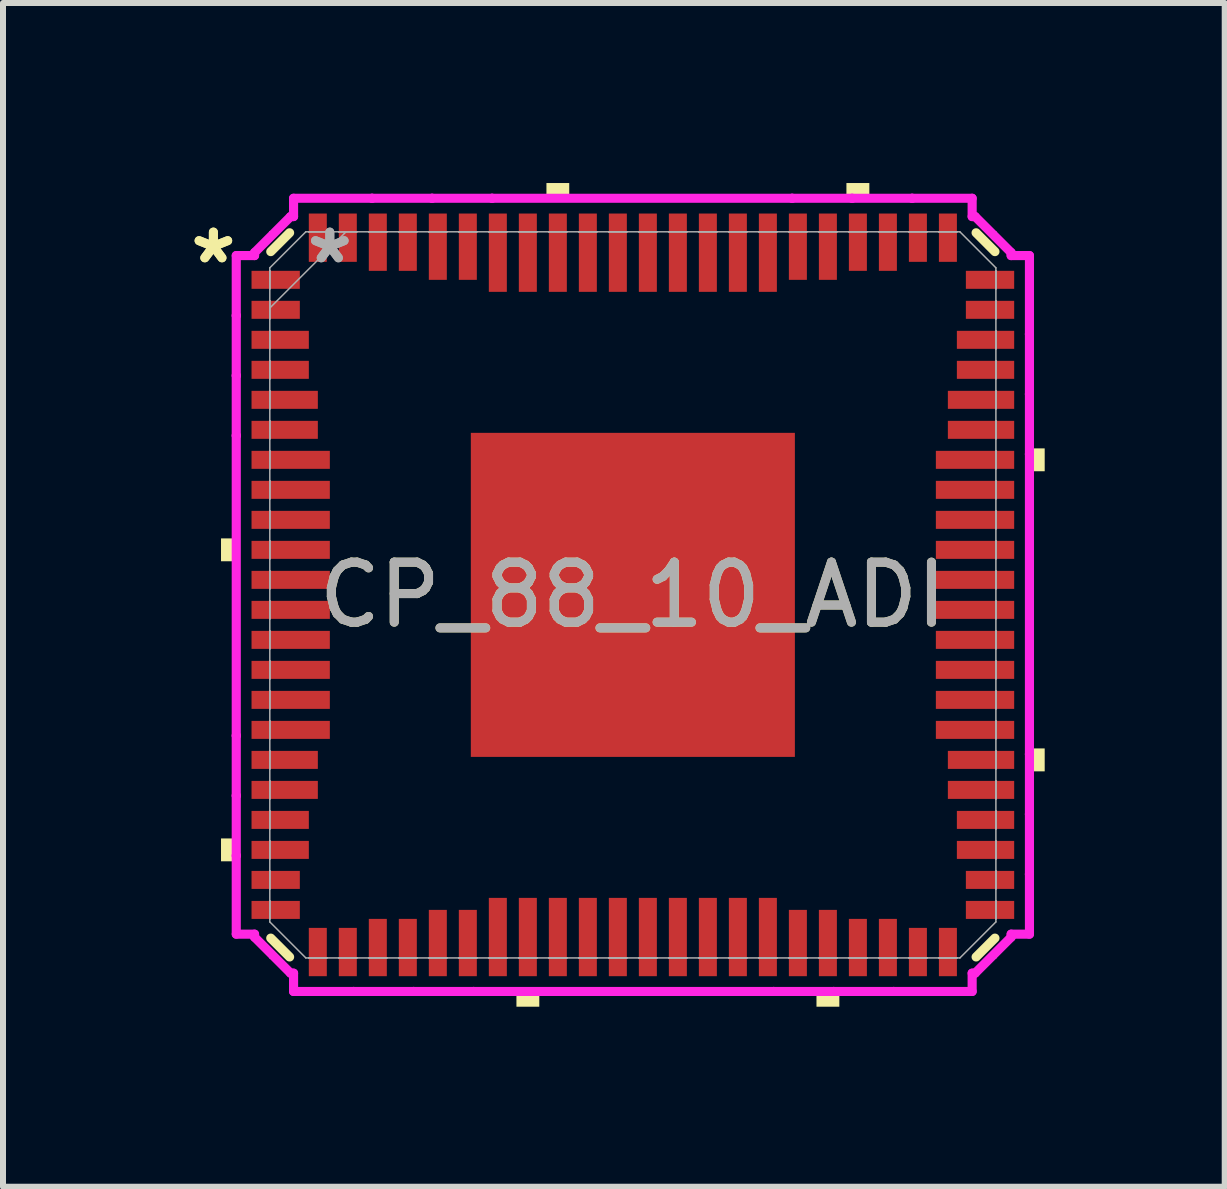
<source format=kicad_pcb>
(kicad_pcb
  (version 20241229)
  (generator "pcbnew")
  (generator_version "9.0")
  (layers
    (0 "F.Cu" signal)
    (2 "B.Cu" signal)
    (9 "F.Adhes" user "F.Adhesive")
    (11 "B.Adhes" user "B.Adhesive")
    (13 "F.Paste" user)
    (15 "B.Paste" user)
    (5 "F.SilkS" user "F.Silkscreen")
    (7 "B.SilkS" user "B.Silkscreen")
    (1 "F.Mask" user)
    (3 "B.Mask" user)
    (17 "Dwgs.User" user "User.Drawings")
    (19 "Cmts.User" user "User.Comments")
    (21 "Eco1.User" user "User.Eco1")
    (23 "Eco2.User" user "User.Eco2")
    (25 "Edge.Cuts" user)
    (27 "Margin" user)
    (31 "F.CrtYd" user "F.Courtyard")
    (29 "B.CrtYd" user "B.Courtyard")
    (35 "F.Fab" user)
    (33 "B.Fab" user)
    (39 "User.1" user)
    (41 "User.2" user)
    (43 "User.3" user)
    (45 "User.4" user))
  (footprint "CP_88_10_ADI"
    (layer "F.Cu")
    (at 7.496 6.863)
    (property "Reference" "CP_88_10_ADI" (at 0 0 0) (unlocked yes) (layer "F.SilkS") (effects (font (size 1 1) (thickness 0.15))))
    (attr smd)
    (fp_line (start -6.034 -5.72) (end -5.72 -6.034) (stroke (width 0.152) (type solid)) (layer "F.SilkS"))
    (fp_line (start -6.034 5.72) (end -5.72 6.034) (stroke (width 0.152) (type solid)) (layer "F.SilkS"))
    (fp_line (start 5.72 -6.034) (end 6.034 -5.72) (stroke (width 0.152) (type solid)) (layer "F.SilkS"))
    (fp_line (start 5.72 6.034) (end 6.034 5.72) (stroke (width 0.152) (type solid)) (layer "F.SilkS"))
    (fp_poly (pts (xy -6.863 -0.941) (xy -6.863 -0.56) (xy -6.609 -0.56) (xy -6.609 -0.941)) (stroke (width 0) (type solid)) (fill yes) (layer "F.SilkS"))
    (fp_poly (pts (xy -6.863 4.059) (xy -6.863 4.44) (xy -6.609 4.44) (xy -6.609 4.059)) (stroke (width 0) (type solid)) (fill yes) (layer "F.SilkS"))
    (fp_poly (pts (xy -1.94 6.609) (xy -1.94 6.863) (xy -1.559 6.863) (xy -1.559 6.609)) (stroke (width 0) (type solid)) (fill yes) (layer "F.SilkS"))
    (fp_poly (pts (xy -1.44 -6.609) (xy -1.44 -6.863) (xy -1.06 -6.863) (xy -1.06 -6.609)) (stroke (width 0) (type solid)) (fill yes) (layer "F.SilkS"))
    (fp_poly (pts (xy 3.06 6.609) (xy 3.06 6.863) (xy 3.441 6.863) (xy 3.441 6.609)) (stroke (width 0) (type solid)) (fill yes) (layer "F.SilkS"))
    (fp_poly (pts (xy 3.559 -6.609) (xy 3.559 -6.863) (xy 3.941 -6.863) (xy 3.941 -6.609)) (stroke (width 0) (type solid)) (fill yes) (layer "F.SilkS"))
    (fp_poly (pts (xy 6.863 -2.441) (xy 6.863 -2.06) (xy 6.609 -2.06) (xy 6.609 -2.441)) (stroke (width 0) (type solid)) (fill yes) (layer "F.SilkS"))
    (fp_poly (pts (xy 6.863 2.559) (xy 6.863 2.941) (xy 6.609 2.941) (xy 6.609 2.559)) (stroke (width 0) (type solid)) (fill yes) (layer "F.SilkS"))
    (fp_poly (pts (xy -2.6 -2.6) (xy -2.6 -1.45) (xy -1.45 -1.45) (xy -1.45 -2.6)) (stroke (width 0) (type solid)) (fill yes) (layer "F.Paste"))
    (fp_poly (pts (xy -2.6 -1.25) (xy -2.6 -0.1) (xy -1.45 -0.1) (xy -1.45 -1.25)) (stroke (width 0) (type solid)) (fill yes) (layer "F.Paste"))
    (fp_poly (pts (xy -2.6 0.1) (xy -2.6 1.25) (xy -1.45 1.25) (xy -1.45 0.1)) (stroke (width 0) (type solid)) (fill yes) (layer "F.Paste"))
    (fp_poly (pts (xy -2.6 1.45) (xy -2.6 2.6) (xy -1.45 2.6) (xy -1.45 1.45)) (stroke (width 0) (type solid)) (fill yes) (layer "F.Paste"))
    (fp_poly (pts (xy -1.25 -2.6) (xy -1.25 -1.45) (xy -0.1 -1.45) (xy -0.1 -2.6)) (stroke (width 0) (type solid)) (fill yes) (layer "F.Paste"))
    (fp_poly (pts (xy -1.25 -1.25) (xy -1.25 -0.1) (xy -0.1 -0.1) (xy -0.1 -1.25)) (stroke (width 0) (type solid)) (fill yes) (layer "F.Paste"))
    (fp_poly (pts (xy -1.25 0.1) (xy -1.25 1.25) (xy -0.1 1.25) (xy -0.1 0.1)) (stroke (width 0) (type solid)) (fill yes) (layer "F.Paste"))
    (fp_poly (pts (xy -1.25 1.45) (xy -1.25 2.6) (xy -0.1 2.6) (xy -0.1 1.45)) (stroke (width 0) (type solid)) (fill yes) (layer "F.Paste"))
    (fp_poly (pts (xy 0.1 -2.6) (xy 0.1 -1.45) (xy 1.25 -1.45) (xy 1.25 -2.6)) (stroke (width 0) (type solid)) (fill yes) (layer "F.Paste"))
    (fp_poly (pts (xy 0.1 -1.25) (xy 0.1 -0.1) (xy 1.25 -0.1) (xy 1.25 -1.25)) (stroke (width 0) (type solid)) (fill yes) (layer "F.Paste"))
    (fp_poly (pts (xy 0.1 0.1) (xy 0.1 1.25) (xy 1.25 1.25) (xy 1.25 0.1)) (stroke (width 0) (type solid)) (fill yes) (layer "F.Paste"))
    (fp_poly (pts (xy 0.1 1.45) (xy 0.1 2.6) (xy 1.25 2.6) (xy 1.25 1.45)) (stroke (width 0) (type solid)) (fill yes) (layer "F.Paste"))
    (fp_poly (pts (xy 1.45 -2.6) (xy 1.45 -1.45) (xy 2.6 -1.45) (xy 2.6 -2.6)) (stroke (width 0) (type solid)) (fill yes) (layer "F.Paste"))
    (fp_poly (pts (xy 1.45 -1.25) (xy 1.45 -0.1) (xy 2.6 -0.1) (xy 2.6 -1.25)) (stroke (width 0) (type solid)) (fill yes) (layer "F.Paste"))
    (fp_poly (pts (xy 1.45 0.1) (xy 1.45 1.25) (xy 2.6 1.25) (xy 2.6 0.1)) (stroke (width 0) (type solid)) (fill yes) (layer "F.Paste"))
    (fp_poly (pts (xy 1.45 1.45) (xy 1.45 2.6) (xy 2.6 2.6) (xy 2.6 1.45)) (stroke (width 0) (type solid)) (fill yes) (layer "F.Paste"))
    (fp_line (start -6.609 -3.654) (end -6.609 -2.654) (stroke (width 0.152) (type solid)) (layer "F.CrtYd"))
    (fp_line (start -6.609 -2.654) (end -6.609 -2.654) (stroke (width 0.152) (type solid)) (layer "F.CrtYd"))
    (fp_line (start -6.609 2.346) (end -6.609 3.346) (stroke (width 0.152) (type solid)) (layer "F.CrtYd"))
    (fp_line (start -6.609 3.346) (end -6.609 3.346) (stroke (width 0.152) (type solid)) (layer "F.CrtYd"))
    (fp_line (start -6.609 -5.654) (end -6.609 -4.654) (stroke (width 0.152) (type solid)) (layer "F.CrtYd"))
    (fp_line (start -6.609 -4.654) (end -6.609 -4.654) (stroke (width 0.152) (type solid)) (layer "F.CrtYd"))
    (fp_line (start -6.609 -2.654) (end -6.609 2.346) (stroke (width 0.152) (type solid)) (layer "F.CrtYd"))
    (fp_line (start -6.609 2.346) (end -6.609 2.346) (stroke (width 0.152) (type solid)) (layer "F.CrtYd"))
    (fp_line (start -6.609 4.346) (end -6.609 5.654) (stroke (width 0.152) (type solid)) (layer "F.CrtYd"))
    (fp_line (start -6.609 5.654) (end -6.304 5.654) (stroke (width 0.152) (type solid)) (layer "F.CrtYd"))
    (fp_line (start -6.609 -4.654) (end -6.609 -3.654) (stroke (width 0.152) (type solid)) (layer "F.CrtYd"))
    (fp_line (start -6.609 -3.654) (end -6.609 -3.654) (stroke (width 0.152) (type solid)) (layer "F.CrtYd"))
    (fp_line (start -6.609 3.346) (end -6.609 4.346) (stroke (width 0.152) (type solid)) (layer "F.CrtYd"))
    (fp_line (start -6.609 4.346) (end -6.609 4.346) (stroke (width 0.152) (type solid)) (layer "F.CrtYd"))
    (fp_line (start -6.304 -5.704) (end -6.304 -5.654) (stroke (width 0.152) (type solid)) (layer "F.CrtYd"))
    (fp_line (start -6.304 -5.654) (end -6.609 -5.654) (stroke (width 0.152) (type solid)) (layer "F.CrtYd"))
    (fp_line (start -6.304 5.654) (end -6.304 5.704) (stroke (width 0.152) (type solid)) (layer "F.CrtYd"))
    (fp_line (start -6.304 5.704) (end -5.704 6.304) (stroke (width 0.152) (type solid)) (layer "F.CrtYd"))
    (fp_line (start -5.704 -6.304) (end -6.304 -5.704) (stroke (width 0.152) (type solid)) (layer "F.CrtYd"))
    (fp_line (start -5.704 6.304) (end -5.654 6.304) (stroke (width 0.152) (type solid)) (layer "F.CrtYd"))
    (fp_line (start -5.654 -6.609) (end -5.654 -6.304) (stroke (width 0.152) (type solid)) (layer "F.CrtYd"))
    (fp_line (start -5.654 -6.304) (end -5.704 -6.304) (stroke (width 0.152) (type solid)) (layer "F.CrtYd"))
    (fp_line (start -5.654 6.304) (end -5.654 6.609) (stroke (width 0.152) (type solid)) (layer "F.CrtYd"))
    (fp_line (start -5.654 6.609) (end -4.654 6.609) (stroke (width 0.152) (type solid)) (layer "F.CrtYd"))
    (fp_line (start -4.654 6.609) (end -3.654 6.609) (stroke (width 0.152) (type solid)) (layer "F.CrtYd"))
    (fp_line (start -4.654 6.609) (end -4.654 6.609) (stroke (width 0.152) (type solid)) (layer "F.CrtYd"))
    (fp_line (start -4.346 -6.609) (end -5.654 -6.609) (stroke (width 0.152) (type solid)) (layer "F.CrtYd"))
    (fp_line (start -4.346 -6.609) (end -4.346 -6.609) (stroke (width 0.152) (type solid)) (layer "F.CrtYd"))
    (fp_line (start -3.654 6.609) (end -3.654 6.609) (stroke (width 0.152) (type solid)) (layer "F.CrtYd"))
    (fp_line (start -3.654 6.609) (end -2.654 6.609) (stroke (width 0.152) (type solid)) (layer "F.CrtYd"))
    (fp_line (start -3.346 -6.609) (end -3.346 -6.609) (stroke (width 0.152) (type solid)) (layer "F.CrtYd"))
    (fp_line (start -3.346 -6.609) (end -4.346 -6.609) (stroke (width 0.152) (type solid)) (layer "F.CrtYd"))
    (fp_line (start -2.654 6.609) (end 2.346 6.609) (stroke (width 0.152) (type solid)) (layer "F.CrtYd"))
    (fp_line (start -2.654 6.609) (end -2.654 6.609) (stroke (width 0.152) (type solid)) (layer "F.CrtYd"))
    (fp_line (start -2.346 -6.609) (end -3.346 -6.609) (stroke (width 0.152) (type solid)) (layer "F.CrtYd"))
    (fp_line (start -2.346 -6.609) (end -2.346 -6.609) (stroke (width 0.152) (type solid)) (layer "F.CrtYd"))
    (fp_line (start 2.346 6.609) (end 2.346 6.609) (stroke (width 0.152) (type solid)) (layer "F.CrtYd"))
    (fp_line (start 2.346 6.609) (end 3.346 6.609) (stroke (width 0.152) (type solid)) (layer "F.CrtYd"))
    (fp_line (start 2.654 -6.609) (end 2.654 -6.609) (stroke (width 0.152) (type solid)) (layer "F.CrtYd"))
    (fp_line (start 2.654 -6.609) (end -2.346 -6.609) (stroke (width 0.152) (type solid)) (layer "F.CrtYd"))
    (fp_line (start 3.346 6.609) (end 4.346 6.609) (stroke (width 0.152) (type solid)) (layer "F.CrtYd"))
    (fp_line (start 3.346 6.609) (end 3.346 6.609) (stroke (width 0.152) (type solid)) (layer "F.CrtYd"))
    (fp_line (start 3.654 -6.609) (end 2.654 -6.609) (stroke (width 0.152) (type solid)) (layer "F.CrtYd"))
    (fp_line (start 3.654 -6.609) (end 3.654 -6.609) (stroke (width 0.152) (type solid)) (layer "F.CrtYd"))
    (fp_line (start 4.346 6.609) (end 4.346 6.609) (stroke (width 0.152) (type solid)) (layer "F.CrtYd"))
    (fp_line (start 4.346 6.609) (end 5.654 6.609) (stroke (width 0.152) (type solid)) (layer "F.CrtYd"))
    (fp_line (start 4.654 -6.609) (end 4.654 -6.609) (stroke (width 0.152) (type solid)) (layer "F.CrtYd"))
    (fp_line (start 4.654 -6.609) (end 3.654 -6.609) (stroke (width 0.152) (type solid)) (layer "F.CrtYd"))
    (fp_line (start 5.654 -6.609) (end 4.654 -6.609) (stroke (width 0.152) (type solid)) (layer "F.CrtYd"))
    (fp_line (start 5.654 -6.304) (end 5.654 -6.609) (stroke (width 0.152) (type solid)) (layer "F.CrtYd"))
    (fp_line (start 5.654 6.304) (end 5.704 6.304) (stroke (width 0.152) (type solid)) (layer "F.CrtYd"))
    (fp_line (start 5.654 6.609) (end 5.654 6.304) (stroke (width 0.152) (type solid)) (layer "F.CrtYd"))
    (fp_line (start 5.704 -6.304) (end 5.654 -6.304) (stroke (width 0.152) (type solid)) (layer "F.CrtYd"))
    (fp_line (start 5.704 6.304) (end 6.304 5.704) (stroke (width 0.152) (type solid)) (layer "F.CrtYd"))
    (fp_line (start 6.304 -5.704) (end 5.704 -6.304) (stroke (width 0.152) (type solid)) (layer "F.CrtYd"))
    (fp_line (start 6.304 -5.654) (end 6.304 -5.704) (stroke (width 0.152) (type solid)) (layer "F.CrtYd"))
    (fp_line (start 6.304 5.654) (end 6.609 5.654) (stroke (width 0.152) (type solid)) (layer "F.CrtYd"))
    (fp_line (start 6.304 5.704) (end 6.304 5.654) (stroke (width 0.152) (type solid)) (layer "F.CrtYd"))
    (fp_line (start 6.609 -4.346) (end 6.609 -4.346) (stroke (width 0.152) (type solid)) (layer "F.CrtYd"))
    (fp_line (start 6.609 -3.346) (end 6.609 -4.346) (stroke (width 0.152) (type solid)) (layer "F.CrtYd"))
    (fp_line (start 6.609 3.654) (end 6.609 3.654) (stroke (width 0.152) (type solid)) (layer "F.CrtYd"))
    (fp_line (start 6.609 4.654) (end 6.609 3.654) (stroke (width 0.152) (type solid)) (layer "F.CrtYd"))
    (fp_line (start 6.609 -5.654) (end 6.304 -5.654) (stroke (width 0.152) (type solid)) (layer "F.CrtYd"))
    (fp_line (start 6.609 -4.346) (end 6.609 -5.654) (stroke (width 0.152) (type solid)) (layer "F.CrtYd"))
    (fp_line (start 6.609 -2.346) (end 6.609 -2.346) (stroke (width 0.152) (type solid)) (layer "F.CrtYd"))
    (fp_line (start 6.609 2.654) (end 6.609 -2.346) (stroke (width 0.152) (type solid)) (layer "F.CrtYd"))
    (fp_line (start 6.609 4.654) (end 6.609 4.654) (stroke (width 0.152) (type solid)) (layer "F.CrtYd"))
    (fp_line (start 6.609 5.654) (end 6.609 4.654) (stroke (width 0.152) (type solid)) (layer "F.CrtYd"))
    (fp_line (start 6.609 -3.346) (end 6.609 -3.346) (stroke (width 0.152) (type solid)) (layer "F.CrtYd"))
    (fp_line (start 6.609 -2.346) (end 6.609 -3.346) (stroke (width 0.152) (type solid)) (layer "F.CrtYd"))
    (fp_line (start 6.609 2.654) (end 6.609 2.654) (stroke (width 0.152) (type solid)) (layer "F.CrtYd"))
    (fp_line (start 6.609 3.654) (end 6.609 2.654) (stroke (width 0.152) (type solid)) (layer "F.CrtYd"))
    (fp_line (start -6.05 -6.05) (end -6.05 -6.05) (stroke (width 0.025) (type solid)) (layer "F.Fab"))
    (fp_line (start -6.05 -5.45) (end -6.05 5.45) (stroke (width 0.025) (type solid)) (layer "F.Fab"))
    (fp_line (start -6.05 -5.45) (end -5.45 -6.05) (stroke (width 0.025) (type solid)) (layer "F.Fab"))
    (fp_line (start -6.05 -5.4) (end -6.05 -5.4) (stroke (width 0.025) (type solid)) (layer "F.Fab"))
    (fp_line (start -6.05 -5.4) (end -6.05 -5.1) (stroke (width 0.025) (type solid)) (layer "F.Fab"))
    (fp_line (start -6.05 -5.1) (end -6.05 -5.4) (stroke (width 0.025) (type solid)) (layer "F.Fab"))
    (fp_line (start -6.05 -5.1) (end -6.05 -5.1) (stroke (width 0.025) (type solid)) (layer "F.Fab"))
    (fp_line (start -6.05 -4.9) (end -6.05 -4.9) (stroke (width 0.025) (type solid)) (layer "F.Fab"))
    (fp_line (start -6.05 -4.9) (end -6.05 -4.6) (stroke (width 0.025) (type solid)) (layer "F.Fab"))
    (fp_line (start -6.05 -4.78) (end -4.78 -6.05) (stroke (width 0.025) (type solid)) (layer "F.Fab"))
    (fp_line (start -6.05 -4.6) (end -6.05 -4.9) (stroke (width 0.025) (type solid)) (layer "F.Fab"))
    (fp_line (start -6.05 -4.6) (end -6.05 -4.6) (stroke (width 0.025) (type solid)) (layer "F.Fab"))
    (fp_line (start -6.05 -4.4) (end -6.05 -4.4) (stroke (width 0.025) (type solid)) (layer "F.Fab"))
    (fp_line (start -6.05 -4.4) (end -6.05 -4.1) (stroke (width 0.025) (type solid)) (layer "F.Fab"))
    (fp_line (start -6.05 -4.1) (end -6.05 -4.4) (stroke (width 0.025) (type solid)) (layer "F.Fab"))
    (fp_line (start -6.05 -4.1) (end -6.05 -4.1) (stroke (width 0.025) (type solid)) (layer "F.Fab"))
    (fp_line (start -6.05 -3.9) (end -6.05 -3.9) (stroke (width 0.025) (type solid)) (layer "F.Fab"))
    (fp_line (start -6.05 -3.9) (end -6.05 -3.6) (stroke (width 0.025) (type solid)) (layer "F.Fab"))
    (fp_line (start -6.05 -3.6) (end -6.05 -3.9) (stroke (width 0.025) (type solid)) (layer "F.Fab"))
    (fp_line (start -6.05 -3.6) (end -6.05 -3.6) (stroke (width 0.025) (type solid)) (layer "F.Fab"))
    (fp_line (start -6.05 -3.4) (end -6.05 -3.4) (stroke (width 0.025) (type solid)) (layer "F.Fab"))
    (fp_line (start -6.05 -3.4) (end -6.05 -3.1) (stroke (width 0.025) (type solid)) (layer "F.Fab"))
    (fp_line (start -6.05 -3.1) (end -6.05 -3.4) (stroke (width 0.025) (type solid)) (layer "F.Fab"))
    (fp_line (start -6.05 -3.1) (end -6.05 -3.1) (stroke (width 0.025) (type solid)) (layer "F.Fab"))
    (fp_line (start -6.05 -2.9) (end -6.05 -2.9) (stroke (width 0.025) (type solid)) (layer "F.Fab"))
    (fp_line (start -6.05 -2.9) (end -6.05 -2.6) (stroke (width 0.025) (type solid)) (layer "F.Fab"))
    (fp_line (start -6.05 -2.6) (end -6.05 -2.9) (stroke (width 0.025) (type solid)) (layer "F.Fab"))
    (fp_line (start -6.05 -2.6) (end -6.05 -2.6) (stroke (width 0.025) (type solid)) (layer "F.Fab"))
    (fp_line (start -6.05 -2.4) (end -6.05 -2.4) (stroke (width 0.025) (type solid)) (layer "F.Fab"))
    (fp_line (start -6.05 -2.4) (end -6.05 -2.1) (stroke (width 0.025) (type solid)) (layer "F.Fab"))
    (fp_line (start -6.05 -2.1) (end -6.05 -2.4) (stroke (width 0.025) (type solid)) (layer "F.Fab"))
    (fp_line (start -6.05 -2.1) (end -6.05 -2.1) (stroke (width 0.025) (type solid)) (layer "F.Fab"))
    (fp_line (start -6.05 -1.9) (end -6.05 -1.9) (stroke (width 0.025) (type solid)) (layer "F.Fab"))
    (fp_line (start -6.05 -1.9) (end -6.05 -1.6) (stroke (width 0.025) (type solid)) (layer "F.Fab"))
    (fp_line (start -6.05 -1.6) (end -6.05 -1.9) (stroke (width 0.025) (type solid)) (layer "F.Fab"))
    (fp_line (start -6.05 -1.6) (end -6.05 -1.6) (stroke (width 0.025) (type solid)) (layer "F.Fab"))
    (fp_line (start -6.05 -1.4) (end -6.05 -1.4) (stroke (width 0.025) (type solid)) (layer "F.Fab"))
    (fp_line (start -6.05 -1.4) (end -6.05 -1.1) (stroke (width 0.025) (type solid)) (layer "F.Fab"))
    (fp_line (start -6.05 -1.1) (end -6.05 -1.4) (stroke (width 0.025) (type solid)) (layer "F.Fab"))
    (fp_line (start -6.05 -1.1) (end -6.05 -1.1) (stroke (width 0.025) (type solid)) (layer "F.Fab"))
    (fp_line (start -6.05 -0.9) (end -6.05 -0.9) (stroke (width 0.025) (type solid)) (layer "F.Fab"))
    (fp_line (start -6.05 -0.9) (end -6.05 -0.6) (stroke (width 0.025) (type solid)) (layer "F.Fab"))
    (fp_line (start -6.05 -0.6) (end -6.05 -0.9) (stroke (width 0.025) (type solid)) (layer "F.Fab"))
    (fp_line (start -6.05 -0.6) (end -6.05 -0.6) (stroke (width 0.025) (type solid)) (layer "F.Fab"))
    (fp_line (start -6.05 -0.4) (end -6.05 -0.4) (stroke (width 0.025) (type solid)) (layer "F.Fab"))
    (fp_line (start -6.05 -0.4) (end -6.05 -0.1) (stroke (width 0.025) (type solid)) (layer "F.Fab"))
    (fp_line (start -6.05 -0.1) (end -6.05 -0.4) (stroke (width 0.025) (type solid)) (layer "F.Fab"))
    (fp_line (start -6.05 -0.1) (end -6.05 -0.1) (stroke (width 0.025) (type solid)) (layer "F.Fab"))
    (fp_line (start -6.05 0.1) (end -6.05 0.1) (stroke (width 0.025) (type solid)) (layer "F.Fab"))
    (fp_line (start -6.05 0.1) (end -6.05 0.4) (stroke (width 0.025) (type solid)) (layer "F.Fab"))
    (fp_line (start -6.05 0.4) (end -6.05 0.1) (stroke (width 0.025) (type solid)) (layer "F.Fab"))
    (fp_line (start -6.05 0.4) (end -6.05 0.4) (stroke (width 0.025) (type solid)) (layer "F.Fab"))
    (fp_line (start -6.05 0.6) (end -6.05 0.6) (stroke (width 0.025) (type solid)) (layer "F.Fab"))
    (fp_line (start -6.05 0.6) (end -6.05 0.9) (stroke (width 0.025) (type solid)) (layer "F.Fab"))
    (fp_line (start -6.05 0.9) (end -6.05 0.6) (stroke (width 0.025) (type solid)) (layer "F.Fab"))
    (fp_line (start -6.05 0.9) (end -6.05 0.9) (stroke (width 0.025) (type solid)) (layer "F.Fab"))
    (fp_line (start -6.05 1.1) (end -6.05 1.1) (stroke (width 0.025) (type solid)) (layer "F.Fab"))
    (fp_line (start -6.05 1.1) (end -6.05 1.4) (stroke (width 0.025) (type solid)) (layer "F.Fab"))
    (fp_line (start -6.05 1.4) (end -6.05 1.1) (stroke (width 0.025) (type solid)) (layer "F.Fab"))
    (fp_line (start -6.05 1.4) (end -6.05 1.4) (stroke (width 0.025) (type solid)) (layer "F.Fab"))
    (fp_line (start -6.05 1.6) (end -6.05 1.6) (stroke (width 0.025) (type solid)) (layer "F.Fab"))
    (fp_line (start -6.05 1.6) (end -6.05 1.9) (stroke (width 0.025) (type solid)) (layer "F.Fab"))
    (fp_line (start -6.05 1.9) (end -6.05 1.6) (stroke (width 0.025) (type solid)) (layer "F.Fab"))
    (fp_line (start -6.05 1.9) (end -6.05 1.9) (stroke (width 0.025) (type solid)) (layer "F.Fab"))
    (fp_line (start -6.05 2.1) (end -6.05 2.1) (stroke (width 0.025) (type solid)) (layer "F.Fab"))
    (fp_line (start -6.05 2.1) (end -6.05 2.4) (stroke (width 0.025) (type solid)) (layer "F.Fab"))
    (fp_line (start -6.05 2.4) (end -6.05 2.1) (stroke (width 0.025) (type solid)) (layer "F.Fab"))
    (fp_line (start -6.05 2.4) (end -6.05 2.4) (stroke (width 0.025) (type solid)) (layer "F.Fab"))
    (fp_line (start -6.05 2.6) (end -6.05 2.6) (stroke (width 0.025) (type solid)) (layer "F.Fab"))
    (fp_line (start -6.05 2.6) (end -6.05 2.9) (stroke (width 0.025) (type solid)) (layer "F.Fab"))
    (fp_line (start -6.05 2.9) (end -6.05 2.6) (stroke (width 0.025) (type solid)) (layer "F.Fab"))
    (fp_line (start -6.05 2.9) (end -6.05 2.9) (stroke (width 0.025) (type solid)) (layer "F.Fab"))
    (fp_line (start -6.05 3.1) (end -6.05 3.1) (stroke (width 0.025) (type solid)) (layer "F.Fab"))
    (fp_line (start -6.05 3.1) (end -6.05 3.4) (stroke (width 0.025) (type solid)) (layer "F.Fab"))
    (fp_line (start -6.05 3.4) (end -6.05 3.1) (stroke (width 0.025) (type solid)) (layer "F.Fab"))
    (fp_line (start -6.05 3.4) (end -6.05 3.4) (stroke (width 0.025) (type solid)) (layer "F.Fab"))
    (fp_line (start -6.05 3.6) (end -6.05 3.6) (stroke (width 0.025) (type solid)) (layer "F.Fab"))
    (fp_line (start -6.05 3.6) (end -6.05 3.9) (stroke (width 0.025) (type solid)) (layer "F.Fab"))
    (fp_line (start -6.05 3.9) (end -6.05 3.6) (stroke (width 0.025) (type solid)) (layer "F.Fab"))
    (fp_line (start -6.05 3.9) (end -6.05 3.9) (stroke (width 0.025) (type solid)) (layer "F.Fab"))
    (fp_line (start -6.05 4.1) (end -6.05 4.1) (stroke (width 0.025) (type solid)) (layer "F.Fab"))
    (fp_line (start -6.05 4.1) (end -6.05 4.4) (stroke (width 0.025) (type solid)) (layer "F.Fab"))
    (fp_line (start -6.05 4.4) (end -6.05 4.1) (stroke (width 0.025) (type solid)) (layer "F.Fab"))
    (fp_line (start -6.05 4.4) (end -6.05 4.4) (stroke (width 0.025) (type solid)) (layer "F.Fab"))
    (fp_line (start -6.05 4.6) (end -6.05 4.6) (stroke (width 0.025) (type solid)) (layer "F.Fab"))
    (fp_line (start -6.05 4.6) (end -6.05 4.9) (stroke (width 0.025) (type solid)) (layer "F.Fab"))
    (fp_line (start -6.05 4.9) (end -6.05 4.6) (stroke (width 0.025) (type solid)) (layer "F.Fab"))
    (fp_line (start -6.05 4.9) (end -6.05 4.9) (stroke (width 0.025) (type solid)) (layer "F.Fab"))
    (fp_line (start -6.05 5.1) (end -6.05 5.1) (stroke (width 0.025) (type solid)) (layer "F.Fab"))
    (fp_line (start -6.05 5.1) (end -6.05 5.4) (stroke (width 0.025) (type solid)) (layer "F.Fab"))
    (fp_line (start -6.05 5.4) (end -6.05 5.1) (stroke (width 0.025) (type solid)) (layer "F.Fab"))
    (fp_line (start -6.05 5.4) (end -6.05 5.4) (stroke (width 0.025) (type solid)) (layer "F.Fab"))
    (fp_line (start -6.05 5.45) (end -5.45 6.05) (stroke (width 0.025) (type solid)) (layer "F.Fab"))
    (fp_line (start -6.05 6.05) (end -6.05 6.05) (stroke (width 0.025) (type solid)) (layer "F.Fab"))
    (fp_line (start -5.45 6.05) (end 5.45 6.05) (stroke (width 0.025) (type solid)) (layer "F.Fab"))
    (fp_line (start -5.4 -6.05) (end -5.4 -6.05) (stroke (width 0.025) (type solid)) (layer "F.Fab"))
    (fp_line (start -5.4 -6.05) (end -5.1 -6.05) (stroke (width 0.025) (type solid)) (layer "F.Fab"))
    (fp_line (start -5.4 6.05) (end -5.4 6.05) (stroke (width 0.025) (type solid)) (layer "F.Fab"))
    (fp_line (start -5.4 6.05) (end -5.1 6.05) (stroke (width 0.025) (type solid)) (layer "F.Fab"))
    (fp_line (start -5.1 -6.05) (end -5.4 -6.05) (stroke (width 0.025) (type solid)) (layer "F.Fab"))
    (fp_line (start -5.1 -6.05) (end -5.1 -6.05) (stroke (width 0.025) (type solid)) (layer "F.Fab"))
    (fp_line (start -5.1 6.05) (end -5.4 6.05) (stroke (width 0.025) (type solid)) (layer "F.Fab"))
    (fp_line (start -5.1 6.05) (end -5.1 6.05) (stroke (width 0.025) (type solid)) (layer "F.Fab"))
    (fp_line (start -4.9 -6.05) (end -4.9 -6.05) (stroke (width 0.025) (type solid)) (layer "F.Fab"))
    (fp_line (start -4.9 -6.05) (end -4.6 -6.05) (stroke (width 0.025) (type solid)) (layer "F.Fab"))
    (fp_line (start -4.9 6.05) (end -4.9 6.05) (stroke (width 0.025) (type solid)) (layer "F.Fab"))
    (fp_line (start -4.9 6.05) (end -4.6 6.05) (stroke (width 0.025) (type solid)) (layer "F.Fab"))
    (fp_line (start -4.6 -6.05) (end -4.9 -6.05) (stroke (width 0.025) (type solid)) (layer "F.Fab"))
    (fp_line (start -4.6 -6.05) (end -4.6 -6.05) (stroke (width 0.025) (type solid)) (layer "F.Fab"))
    (fp_line (start -4.6 6.05) (end -4.9 6.05) (stroke (width 0.025) (type solid)) (layer "F.Fab"))
    (fp_line (start -4.6 6.05) (end -4.6 6.05) (stroke (width 0.025) (type solid)) (layer "F.Fab"))
    (fp_line (start -4.4 -6.05) (end -4.4 -6.05) (stroke (width 0.025) (type solid)) (layer "F.Fab"))
    (fp_line (start -4.4 -6.05) (end -4.1 -6.05) (stroke (width 0.025) (type solid)) (layer "F.Fab"))
    (fp_line (start -4.4 6.05) (end -4.4 6.05) (stroke (width 0.025) (type solid)) (layer "F.Fab"))
    (fp_line (start -4.4 6.05) (end -4.1 6.05) (stroke (width 0.025) (type solid)) (layer "F.Fab"))
    (fp_line (start -4.1 -6.05) (end -4.4 -6.05) (stroke (width 0.025) (type solid)) (layer "F.Fab"))
    (fp_line (start -4.1 -6.05) (end -4.1 -6.05) (stroke (width 0.025) (type solid)) (layer "F.Fab"))
    (fp_line (start -4.1 6.05) (end -4.4 6.05) (stroke (width 0.025) (type solid)) (layer "F.Fab"))
    (fp_line (start -4.1 6.05) (end -4.1 6.05) (stroke (width 0.025) (type solid)) (layer "F.Fab"))
    (fp_line (start -3.9 -6.05) (end -3.9 -6.05) (stroke (width 0.025) (type solid)) (layer "F.Fab"))
    (fp_line (start -3.9 -6.05) (end -3.6 -6.05) (stroke (width 0.025) (type solid)) (layer "F.Fab"))
    (fp_line (start -3.9 6.05) (end -3.9 6.05) (stroke (width 0.025) (type solid)) (layer "F.Fab"))
    (fp_line (start -3.9 6.05) (end -3.6 6.05) (stroke (width 0.025) (type solid)) (layer "F.Fab"))
    (fp_line (start -3.6 -6.05) (end -3.9 -6.05) (stroke (width 0.025) (type solid)) (layer "F.Fab"))
    (fp_line (start -3.6 -6.05) (end -3.6 -6.05) (stroke (width 0.025) (type solid)) (layer "F.Fab"))
    (fp_line (start -3.6 6.05) (end -3.9 6.05) (stroke (width 0.025) (type solid)) (layer "F.Fab"))
    (fp_line (start -3.6 6.05) (end -3.6 6.05) (stroke (width 0.025) (type solid)) (layer "F.Fab"))
    (fp_line (start -3.4 -6.05) (end -3.4 -6.05) (stroke (width 0.025) (type solid)) (layer "F.Fab"))
    (fp_line (start -3.4 -6.05) (end -3.1 -6.05) (stroke (width 0.025) (type solid)) (layer "F.Fab"))
    (fp_line (start -3.4 6.05) (end -3.4 6.05) (stroke (width 0.025) (type solid)) (layer "F.Fab"))
    (fp_line (start -3.4 6.05) (end -3.1 6.05) (stroke (width 0.025) (type solid)) (layer "F.Fab"))
    (fp_line (start -3.1 -6.05) (end -3.4 -6.05) (stroke (width 0.025) (type solid)) (layer "F.Fab"))
    (fp_line (start -3.1 -6.05) (end -3.1 -6.05) (stroke (width 0.025) (type solid)) (layer "F.Fab"))
    (fp_line (start -3.1 6.05) (end -3.4 6.05) (stroke (width 0.025) (type solid)) (layer "F.Fab"))
    (fp_line (start -3.1 6.05) (end -3.1 6.05) (stroke (width 0.025) (type solid)) (layer "F.Fab"))
    (fp_line (start -2.9 -6.05) (end -2.9 -6.05) (stroke (width 0.025) (type solid)) (layer "F.Fab"))
    (fp_line (start -2.9 -6.05) (end -2.6 -6.05) (stroke (width 0.025) (type solid)) (layer "F.Fab"))
    (fp_line (start -2.9 6.05) (end -2.9 6.05) (stroke (width 0.025) (type solid)) (layer "F.Fab"))
    (fp_line (start -2.9 6.05) (end -2.6 6.05) (stroke (width 0.025) (type solid)) (layer "F.Fab"))
    (fp_line (start -2.6 -6.05) (end -2.9 -6.05) (stroke (width 0.025) (type solid)) (layer "F.Fab"))
    (fp_line (start -2.6 -6.05) (end -2.6 -6.05) (stroke (width 0.025) (type solid)) (layer "F.Fab"))
    (fp_line (start -2.6 6.05) (end -2.9 6.05) (stroke (width 0.025) (type solid)) (layer "F.Fab"))
    (fp_line (start -2.6 6.05) (end -2.6 6.05) (stroke (width 0.025) (type solid)) (layer "F.Fab"))
    (fp_line (start -2.4 -6.05) (end -2.4 -6.05) (stroke (width 0.025) (type solid)) (layer "F.Fab"))
    (fp_line (start -2.4 -6.05) (end -2.1 -6.05) (stroke (width 0.025) (type solid)) (layer "F.Fab"))
    (fp_line (start -2.4 6.05) (end -2.4 6.05) (stroke (width 0.025) (type solid)) (layer "F.Fab"))
    (fp_line (start -2.4 6.05) (end -2.1 6.05) (stroke (width 0.025) (type solid)) (layer "F.Fab"))
    (fp_line (start -2.1 -6.05) (end -2.4 -6.05) (stroke (width 0.025) (type solid)) (layer "F.Fab"))
    (fp_line (start -2.1 -6.05) (end -2.1 -6.05) (stroke (width 0.025) (type solid)) (layer "F.Fab"))
    (fp_line (start -2.1 6.05) (end -2.4 6.05) (stroke (width 0.025) (type solid)) (layer "F.Fab"))
    (fp_line (start -2.1 6.05) (end -2.1 6.05) (stroke (width 0.025) (type solid)) (layer "F.Fab"))
    (fp_line (start -1.9 -6.05) (end -1.9 -6.05) (stroke (width 0.025) (type solid)) (layer "F.Fab"))
    (fp_line (start -1.9 -6.05) (end -1.6 -6.05) (stroke (width 0.025) (type solid)) (layer "F.Fab"))
    (fp_line (start -1.9 6.05) (end -1.9 6.05) (stroke (width 0.025) (type solid)) (layer "F.Fab"))
    (fp_line (start -1.9 6.05) (end -1.6 6.05) (stroke (width 0.025) (type solid)) (layer "F.Fab"))
    (fp_line (start -1.6 -6.05) (end -1.9 -6.05) (stroke (width 0.025) (type solid)) (layer "F.Fab"))
    (fp_line (start -1.6 -6.05) (end -1.6 -6.05) (stroke (width 0.025) (type solid)) (layer "F.Fab"))
    (fp_line (start -1.6 6.05) (end -1.9 6.05) (stroke (width 0.025) (type solid)) (layer "F.Fab"))
    (fp_line (start -1.6 6.05) (end -1.6 6.05) (stroke (width 0.025) (type solid)) (layer "F.Fab"))
    (fp_line (start -1.4 -6.05) (end -1.4 -6.05) (stroke (width 0.025) (type solid)) (layer "F.Fab"))
    (fp_line (start -1.4 -6.05) (end -1.1 -6.05) (stroke (width 0.025) (type solid)) (layer "F.Fab"))
    (fp_line (start -1.4 6.05) (end -1.4 6.05) (stroke (width 0.025) (type solid)) (layer "F.Fab"))
    (fp_line (start -1.4 6.05) (end -1.1 6.05) (stroke (width 0.025) (type solid)) (layer "F.Fab"))
    (fp_line (start -1.1 -6.05) (end -1.4 -6.05) (stroke (width 0.025) (type solid)) (layer "F.Fab"))
    (fp_line (start -1.1 -6.05) (end -1.1 -6.05) (stroke (width 0.025) (type solid)) (layer "F.Fab"))
    (fp_line (start -1.1 6.05) (end -1.4 6.05) (stroke (width 0.025) (type solid)) (layer "F.Fab"))
    (fp_line (start -1.1 6.05) (end -1.1 6.05) (stroke (width 0.025) (type solid)) (layer "F.Fab"))
    (fp_line (start -0.9 -6.05) (end -0.9 -6.05) (stroke (width 0.025) (type solid)) (layer "F.Fab"))
    (fp_line (start -0.9 -6.05) (end -0.6 -6.05) (stroke (width 0.025) (type solid)) (layer "F.Fab"))
    (fp_line (start -0.9 6.05) (end -0.9 6.05) (stroke (width 0.025) (type solid)) (layer "F.Fab"))
    (fp_line (start -0.9 6.05) (end -0.6 6.05) (stroke (width 0.025) (type solid)) (layer "F.Fab"))
    (fp_line (start -0.6 -6.05) (end -0.9 -6.05) (stroke (width 0.025) (type solid)) (layer "F.Fab"))
    (fp_line (start -0.6 -6.05) (end -0.6 -6.05) (stroke (width 0.025) (type solid)) (layer "F.Fab"))
    (fp_line (start -0.6 6.05) (end -0.9 6.05) (stroke (width 0.025) (type solid)) (layer "F.Fab"))
    (fp_line (start -0.6 6.05) (end -0.6 6.05) (stroke (width 0.025) (type solid)) (layer "F.Fab"))
    (fp_line (start -0.4 -6.05) (end -0.4 -6.05) (stroke (width 0.025) (type solid)) (layer "F.Fab"))
    (fp_line (start -0.4 -6.05) (end -0.1 -6.05) (stroke (width 0.025) (type solid)) (layer "F.Fab"))
    (fp_line (start -0.4 6.05) (end -0.4 6.05) (stroke (width 0.025) (type solid)) (layer "F.Fab"))
    (fp_line (start -0.4 6.05) (end -0.1 6.05) (stroke (width 0.025) (type solid)) (layer "F.Fab"))
    (fp_line (start -0.1 -6.05) (end -0.4 -6.05) (stroke (width 0.025) (type solid)) (layer "F.Fab"))
    (fp_line (start -0.1 -6.05) (end -0.1 -6.05) (stroke (width 0.025) (type solid)) (layer "F.Fab"))
    (fp_line (start -0.1 6.05) (end -0.4 6.05) (stroke (width 0.025) (type solid)) (layer "F.Fab"))
    (fp_line (start -0.1 6.05) (end -0.1 6.05) (stroke (width 0.025) (type solid)) (layer "F.Fab"))
    (fp_line (start 0.1 -6.05) (end 0.1 -6.05) (stroke (width 0.025) (type solid)) (layer "F.Fab"))
    (fp_line (start 0.1 -6.05) (end 0.4 -6.05) (stroke (width 0.025) (type solid)) (layer "F.Fab"))
    (fp_line (start 0.1 6.05) (end 0.1 6.05) (stroke (width 0.025) (type solid)) (layer "F.Fab"))
    (fp_line (start 0.1 6.05) (end 0.4 6.05) (stroke (width 0.025) (type solid)) (layer "F.Fab"))
    (fp_line (start 0.4 -6.05) (end 0.1 -6.05) (stroke (width 0.025) (type solid)) (layer "F.Fab"))
    (fp_line (start 0.4 -6.05) (end 0.4 -6.05) (stroke (width 0.025) (type solid)) (layer "F.Fab"))
    (fp_line (start 0.4 6.05) (end 0.1 6.05) (stroke (width 0.025) (type solid)) (layer "F.Fab"))
    (fp_line (start 0.4 6.05) (end 0.4 6.05) (stroke (width 0.025) (type solid)) (layer "F.Fab"))
    (fp_line (start 0.6 -6.05) (end 0.6 -6.05) (stroke (width 0.025) (type solid)) (layer "F.Fab"))
    (fp_line (start 0.6 -6.05) (end 0.9 -6.05) (stroke (width 0.025) (type solid)) (layer "F.Fab"))
    (fp_line (start 0.6 6.05) (end 0.6 6.05) (stroke (width 0.025) (type solid)) (layer "F.Fab"))
    (fp_line (start 0.6 6.05) (end 0.9 6.05) (stroke (width 0.025) (type solid)) (layer "F.Fab"))
    (fp_line (start 0.9 -6.05) (end 0.6 -6.05) (stroke (width 0.025) (type solid)) (layer "F.Fab"))
    (fp_line (start 0.9 -6.05) (end 0.9 -6.05) (stroke (width 0.025) (type solid)) (layer "F.Fab"))
    (fp_line (start 0.9 6.05) (end 0.6 6.05) (stroke (width 0.025) (type solid)) (layer "F.Fab"))
    (fp_line (start 0.9 6.05) (end 0.9 6.05) (stroke (width 0.025) (type solid)) (layer "F.Fab"))
    (fp_line (start 1.1 -6.05) (end 1.1 -6.05) (stroke (width 0.025) (type solid)) (layer "F.Fab"))
    (fp_line (start 1.1 -6.05) (end 1.4 -6.05) (stroke (width 0.025) (type solid)) (layer "F.Fab"))
    (fp_line (start 1.1 6.05) (end 1.1 6.05) (stroke (width 0.025) (type solid)) (layer "F.Fab"))
    (fp_line (start 1.1 6.05) (end 1.4 6.05) (stroke (width 0.025) (type solid)) (layer "F.Fab"))
    (fp_line (start 1.4 -6.05) (end 1.1 -6.05) (stroke (width 0.025) (type solid)) (layer "F.Fab"))
    (fp_line (start 1.4 -6.05) (end 1.4 -6.05) (stroke (width 0.025) (type solid)) (layer "F.Fab"))
    (fp_line (start 1.4 6.05) (end 1.1 6.05) (stroke (width 0.025) (type solid)) (layer "F.Fab"))
    (fp_line (start 1.4 6.05) (end 1.4 6.05) (stroke (width 0.025) (type solid)) (layer "F.Fab"))
    (fp_line (start 1.6 -6.05) (end 1.6 -6.05) (stroke (width 0.025) (type solid)) (layer "F.Fab"))
    (fp_line (start 1.6 -6.05) (end 1.9 -6.05) (stroke (width 0.025) (type solid)) (layer "F.Fab"))
    (fp_line (start 1.6 6.05) (end 1.6 6.05) (stroke (width 0.025) (type solid)) (layer "F.Fab"))
    (fp_line (start 1.6 6.05) (end 1.9 6.05) (stroke (width 0.025) (type solid)) (layer "F.Fab"))
    (fp_line (start 1.9 -6.05) (end 1.6 -6.05) (stroke (width 0.025) (type solid)) (layer "F.Fab"))
    (fp_line (start 1.9 -6.05) (end 1.9 -6.05) (stroke (width 0.025) (type solid)) (layer "F.Fab"))
    (fp_line (start 1.9 6.05) (end 1.6 6.05) (stroke (width 0.025) (type solid)) (layer "F.Fab"))
    (fp_line (start 1.9 6.05) (end 1.9 6.05) (stroke (width 0.025) (type solid)) (layer "F.Fab"))
    (fp_line (start 2.1 -6.05) (end 2.1 -6.05) (stroke (width 0.025) (type solid)) (layer "F.Fab"))
    (fp_line (start 2.1 -6.05) (end 2.4 -6.05) (stroke (width 0.025) (type solid)) (layer "F.Fab"))
    (fp_line (start 2.1 6.05) (end 2.1 6.05) (stroke (width 0.025) (type solid)) (layer "F.Fab"))
    (fp_line (start 2.1 6.05) (end 2.4 6.05) (stroke (width 0.025) (type solid)) (layer "F.Fab"))
    (fp_line (start 2.4 -6.05) (end 2.1 -6.05) (stroke (width 0.025) (type solid)) (layer "F.Fab"))
    (fp_line (start 2.4 -6.05) (end 2.4 -6.05) (stroke (width 0.025) (type solid)) (layer "F.Fab"))
    (fp_line (start 2.4 6.05) (end 2.1 6.05) (stroke (width 0.025) (type solid)) (layer "F.Fab"))
    (fp_line (start 2.4 6.05) (end 2.4 6.05) (stroke (width 0.025) (type solid)) (layer "F.Fab"))
    (fp_line (start 2.6 -6.05) (end 2.6 -6.05) (stroke (width 0.025) (type solid)) (layer "F.Fab"))
    (fp_line (start 2.6 -6.05) (end 2.9 -6.05) (stroke (width 0.025) (type solid)) (layer "F.Fab"))
    (fp_line (start 2.6 6.05) (end 2.6 6.05) (stroke (width 0.025) (type solid)) (layer "F.Fab"))
    (fp_line (start 2.6 6.05) (end 2.9 6.05) (stroke (width 0.025) (type solid)) (layer "F.Fab"))
    (fp_line (start 2.9 -6.05) (end 2.6 -6.05) (stroke (width 0.025) (type solid)) (layer "F.Fab"))
    (fp_line (start 2.9 -6.05) (end 2.9 -6.05) (stroke (width 0.025) (type solid)) (layer "F.Fab"))
    (fp_line (start 2.9 6.05) (end 2.6 6.05) (stroke (width 0.025) (type solid)) (layer "F.Fab"))
    (fp_line (start 2.9 6.05) (end 2.9 6.05) (stroke (width 0.025) (type solid)) (layer "F.Fab"))
    (fp_line (start 3.1 -6.05) (end 3.1 -6.05) (stroke (width 0.025) (type solid)) (layer "F.Fab"))
    (fp_line (start 3.1 -6.05) (end 3.4 -6.05) (stroke (width 0.025) (type solid)) (layer "F.Fab"))
    (fp_line (start 3.1 6.05) (end 3.1 6.05) (stroke (width 0.025) (type solid)) (layer "F.Fab"))
    (fp_line (start 3.1 6.05) (end 3.4 6.05) (stroke (width 0.025) (type solid)) (layer "F.Fab"))
    (fp_line (start 3.4 -6.05) (end 3.1 -6.05) (stroke (width 0.025) (type solid)) (layer "F.Fab"))
    (fp_line (start 3.4 -6.05) (end 3.4 -6.05) (stroke (width 0.025) (type solid)) (layer "F.Fab"))
    (fp_line (start 3.4 6.05) (end 3.1 6.05) (stroke (width 0.025) (type solid)) (layer "F.Fab"))
    (fp_line (start 3.4 6.05) (end 3.4 6.05) (stroke (width 0.025) (type solid)) (layer "F.Fab"))
    (fp_line (start 3.6 -6.05) (end 3.6 -6.05) (stroke (width 0.025) (type solid)) (layer "F.Fab"))
    (fp_line (start 3.6 -6.05) (end 3.9 -6.05) (stroke (width 0.025) (type solid)) (layer "F.Fab"))
    (fp_line (start 3.6 6.05) (end 3.6 6.05) (stroke (width 0.025) (type solid)) (layer "F.Fab"))
    (fp_line (start 3.6 6.05) (end 3.9 6.05) (stroke (width 0.025) (type solid)) (layer "F.Fab"))
    (fp_line (start 3.9 -6.05) (end 3.6 -6.05) (stroke (width 0.025) (type solid)) (layer "F.Fab"))
    (fp_line (start 3.9 -6.05) (end 3.9 -6.05) (stroke (width 0.025) (type solid)) (layer "F.Fab"))
    (fp_line (start 3.9 6.05) (end 3.6 6.05) (stroke (width 0.025) (type solid)) (layer "F.Fab"))
    (fp_line (start 3.9 6.05) (end 3.9 6.05) (stroke (width 0.025) (type solid)) (layer "F.Fab"))
    (fp_line (start 4.1 -6.05) (end 4.1 -6.05) (stroke (width 0.025) (type solid)) (layer "F.Fab"))
    (fp_line (start 4.1 -6.05) (end 4.4 -6.05) (stroke (width 0.025) (type solid)) (layer "F.Fab"))
    (fp_line (start 4.1 6.05) (end 4.1 6.05) (stroke (width 0.025) (type solid)) (layer "F.Fab"))
    (fp_line (start 4.1 6.05) (end 4.4 6.05) (stroke (width 0.025) (type solid)) (layer "F.Fab"))
    (fp_line (start 4.4 -6.05) (end 4.1 -6.05) (stroke (width 0.025) (type solid)) (layer "F.Fab"))
    (fp_line (start 4.4 -6.05) (end 4.4 -6.05) (stroke (width 0.025) (type solid)) (layer "F.Fab"))
    (fp_line (start 4.4 6.05) (end 4.1 6.05) (stroke (width 0.025) (type solid)) (layer "F.Fab"))
    (fp_line (start 4.4 6.05) (end 4.4 6.05) (stroke (width 0.025) (type solid)) (layer "F.Fab"))
    (fp_line (start 4.6 -6.05) (end 4.6 -6.05) (stroke (width 0.025) (type solid)) (layer "F.Fab"))
    (fp_line (start 4.6 -6.05) (end 4.9 -6.05) (stroke (width 0.025) (type solid)) (layer "F.Fab"))
    (fp_line (start 4.6 6.05) (end 4.6 6.05) (stroke (width 0.025) (type solid)) (layer "F.Fab"))
    (fp_line (start 4.6 6.05) (end 4.9 6.05) (stroke (width 0.025) (type solid)) (layer "F.Fab"))
    (fp_line (start 4.9 -6.05) (end 4.6 -6.05) (stroke (width 0.025) (type solid)) (layer "F.Fab"))
    (fp_line (start 4.9 -6.05) (end 4.9 -6.05) (stroke (width 0.025) (type solid)) (layer "F.Fab"))
    (fp_line (start 4.9 6.05) (end 4.6 6.05) (stroke (width 0.025) (type solid)) (layer "F.Fab"))
    (fp_line (start 4.9 6.05) (end 4.9 6.05) (stroke (width 0.025) (type solid)) (layer "F.Fab"))
    (fp_line (start 5.1 -6.05) (end 5.1 -6.05) (stroke (width 0.025) (type solid)) (layer "F.Fab"))
    (fp_line (start 5.1 -6.05) (end 5.4 -6.05) (stroke (width 0.025) (type solid)) (layer "F.Fab"))
    (fp_line (start 5.1 6.05) (end 5.1 6.05) (stroke (width 0.025) (type solid)) (layer "F.Fab"))
    (fp_line (start 5.1 6.05) (end 5.4 6.05) (stroke (width 0.025) (type solid)) (layer "F.Fab"))
    (fp_line (start 5.4 -6.05) (end 5.1 -6.05) (stroke (width 0.025) (type solid)) (layer "F.Fab"))
    (fp_line (start 5.4 -6.05) (end 5.4 -6.05) (stroke (width 0.025) (type solid)) (layer "F.Fab"))
    (fp_line (start 5.4 6.05) (end 5.1 6.05) (stroke (width 0.025) (type solid)) (layer "F.Fab"))
    (fp_line (start 5.4 6.05) (end 5.4 6.05) (stroke (width 0.025) (type solid)) (layer "F.Fab"))
    (fp_line (start 5.45 -6.05) (end -5.45 -6.05) (stroke (width 0.025) (type solid)) (layer "F.Fab"))
    (fp_line (start 5.45 -6.05) (end 6.05 -5.45) (stroke (width 0.025) (type solid)) (layer "F.Fab"))
    (fp_line (start 5.45 6.05) (end 6.05 5.45) (stroke (width 0.025) (type solid)) (layer "F.Fab"))
    (fp_line (start 6.05 -6.05) (end 6.05 -6.05) (stroke (width 0.025) (type solid)) (layer "F.Fab"))
    (fp_line (start 6.05 -5.4) (end 6.05 -5.4) (stroke (width 0.025) (type solid)) (layer "F.Fab"))
    (fp_line (start 6.05 -5.4) (end 6.05 -5.1) (stroke (width 0.025) (type solid)) (layer "F.Fab"))
    (fp_line (start 6.05 -5.1) (end 6.05 -5.4) (stroke (width 0.025) (type solid)) (layer "F.Fab"))
    (fp_line (start 6.05 -5.1) (end 6.05 -5.1) (stroke (width 0.025) (type solid)) (layer "F.Fab"))
    (fp_line (start 6.05 -4.9) (end 6.05 -4.9) (stroke (width 0.025) (type solid)) (layer "F.Fab"))
    (fp_line (start 6.05 -4.9) (end 6.05 -4.6) (stroke (width 0.025) (type solid)) (layer "F.Fab"))
    (fp_line (start 6.05 -4.6) (end 6.05 -4.9) (stroke (width 0.025) (type solid)) (layer "F.Fab"))
    (fp_line (start 6.05 -4.6) (end 6.05 -4.6) (stroke (width 0.025) (type solid)) (layer "F.Fab"))
    (fp_line (start 6.05 -4.4) (end 6.05 -4.4) (stroke (width 0.025) (type solid)) (layer "F.Fab"))
    (fp_line (start 6.05 -4.4) (end 6.05 -4.1) (stroke (width 0.025) (type solid)) (layer "F.Fab"))
    (fp_line (start 6.05 -4.1) (end 6.05 -4.4) (stroke (width 0.025) (type solid)) (layer "F.Fab"))
    (fp_line (start 6.05 -4.1) (end 6.05 -4.1) (stroke (width 0.025) (type solid)) (layer "F.Fab"))
    (fp_line (start 6.05 -3.9) (end 6.05 -3.9) (stroke (width 0.025) (type solid)) (layer "F.Fab"))
    (fp_line (start 6.05 -3.9) (end 6.05 -3.6) (stroke (width 0.025) (type solid)) (layer "F.Fab"))
    (fp_line (start 6.05 -3.6) (end 6.05 -3.9) (stroke (width 0.025) (type solid)) (layer "F.Fab"))
    (fp_line (start 6.05 -3.6) (end 6.05 -3.6) (stroke (width 0.025) (type solid)) (layer "F.Fab"))
    (fp_line (start 6.05 -3.4) (end 6.05 -3.4) (stroke (width 0.025) (type solid)) (layer "F.Fab"))
    (fp_line (start 6.05 -3.4) (end 6.05 -3.1) (stroke (width 0.025) (type solid)) (layer "F.Fab"))
    (fp_line (start 6.05 -3.1) (end 6.05 -3.4) (stroke (width 0.025) (type solid)) (layer "F.Fab"))
    (fp_line (start 6.05 -3.1) (end 6.05 -3.1) (stroke (width 0.025) (type solid)) (layer "F.Fab"))
    (fp_line (start 6.05 -2.9) (end 6.05 -2.9) (stroke (width 0.025) (type solid)) (layer "F.Fab"))
    (fp_line (start 6.05 -2.9) (end 6.05 -2.6) (stroke (width 0.025) (type solid)) (layer "F.Fab"))
    (fp_line (start 6.05 -2.6) (end 6.05 -2.9) (stroke (width 0.025) (type solid)) (layer "F.Fab"))
    (fp_line (start 6.05 -2.6) (end 6.05 -2.6) (stroke (width 0.025) (type solid)) (layer "F.Fab"))
    (fp_line (start 6.05 -2.4) (end 6.05 -2.4) (stroke (width 0.025) (type solid)) (layer "F.Fab"))
    (fp_line (start 6.05 -2.4) (end 6.05 -2.1) (stroke (width 0.025) (type solid)) (layer "F.Fab"))
    (fp_line (start 6.05 -2.1) (end 6.05 -2.4) (stroke (width 0.025) (type solid)) (layer "F.Fab"))
    (fp_line (start 6.05 -2.1) (end 6.05 -2.1) (stroke (width 0.025) (type solid)) (layer "F.Fab"))
    (fp_line (start 6.05 -1.9) (end 6.05 -1.9) (stroke (width 0.025) (type solid)) (layer "F.Fab"))
    (fp_line (start 6.05 -1.9) (end 6.05 -1.6) (stroke (width 0.025) (type solid)) (layer "F.Fab"))
    (fp_line (start 6.05 -1.6) (end 6.05 -1.9) (stroke (width 0.025) (type solid)) (layer "F.Fab"))
    (fp_line (start 6.05 -1.6) (end 6.05 -1.6) (stroke (width 0.025) (type solid)) (layer "F.Fab"))
    (fp_line (start 6.05 -1.4) (end 6.05 -1.4) (stroke (width 0.025) (type solid)) (layer "F.Fab"))
    (fp_line (start 6.05 -1.4) (end 6.05 -1.1) (stroke (width 0.025) (type solid)) (layer "F.Fab"))
    (fp_line (start 6.05 -1.1) (end 6.05 -1.4) (stroke (width 0.025) (type solid)) (layer "F.Fab"))
    (fp_line (start 6.05 -1.1) (end 6.05 -1.1) (stroke (width 0.025) (type solid)) (layer "F.Fab"))
    (fp_line (start 6.05 -0.9) (end 6.05 -0.9) (stroke (width 0.025) (type solid)) (layer "F.Fab"))
    (fp_line (start 6.05 -0.9) (end 6.05 -0.6) (stroke (width 0.025) (type solid)) (layer "F.Fab"))
    (fp_line (start 6.05 -0.6) (end 6.05 -0.9) (stroke (width 0.025) (type solid)) (layer "F.Fab"))
    (fp_line (start 6.05 -0.6) (end 6.05 -0.6) (stroke (width 0.025) (type solid)) (layer "F.Fab"))
    (fp_line (start 6.05 -0.4) (end 6.05 -0.4) (stroke (width 0.025) (type solid)) (layer "F.Fab"))
    (fp_line (start 6.05 -0.4) (end 6.05 -0.1) (stroke (width 0.025) (type solid)) (layer "F.Fab"))
    (fp_line (start 6.05 -0.1) (end 6.05 -0.4) (stroke (width 0.025) (type solid)) (layer "F.Fab"))
    (fp_line (start 6.05 -0.1) (end 6.05 -0.1) (stroke (width 0.025) (type solid)) (layer "F.Fab"))
    (fp_line (start 6.05 0.1) (end 6.05 0.1) (stroke (width 0.025) (type solid)) (layer "F.Fab"))
    (fp_line (start 6.05 0.1) (end 6.05 0.4) (stroke (width 0.025) (type solid)) (layer "F.Fab"))
    (fp_line (start 6.05 0.4) (end 6.05 0.1) (stroke (width 0.025) (type solid)) (layer "F.Fab"))
    (fp_line (start 6.05 0.4) (end 6.05 0.4) (stroke (width 0.025) (type solid)) (layer "F.Fab"))
    (fp_line (start 6.05 0.6) (end 6.05 0.6) (stroke (width 0.025) (type solid)) (layer "F.Fab"))
    (fp_line (start 6.05 0.6) (end 6.05 0.9) (stroke (width 0.025) (type solid)) (layer "F.Fab"))
    (fp_line (start 6.05 0.9) (end 6.05 0.6) (stroke (width 0.025) (type solid)) (layer "F.Fab"))
    (fp_line (start 6.05 0.9) (end 6.05 0.9) (stroke (width 0.025) (type solid)) (layer "F.Fab"))
    (fp_line (start 6.05 1.1) (end 6.05 1.1) (stroke (width 0.025) (type solid)) (layer "F.Fab"))
    (fp_line (start 6.05 1.1) (end 6.05 1.4) (stroke (width 0.025) (type solid)) (layer "F.Fab"))
    (fp_line (start 6.05 1.4) (end 6.05 1.1) (stroke (width 0.025) (type solid)) (layer "F.Fab"))
    (fp_line (start 6.05 1.4) (end 6.05 1.4) (stroke (width 0.025) (type solid)) (layer "F.Fab"))
    (fp_line (start 6.05 1.6) (end 6.05 1.6) (stroke (width 0.025) (type solid)) (layer "F.Fab"))
    (fp_line (start 6.05 1.6) (end 6.05 1.9) (stroke (width 0.025) (type solid)) (layer "F.Fab"))
    (fp_line (start 6.05 1.9) (end 6.05 1.6) (stroke (width 0.025) (type solid)) (layer "F.Fab"))
    (fp_line (start 6.05 1.9) (end 6.05 1.9) (stroke (width 0.025) (type solid)) (layer "F.Fab"))
    (fp_line (start 6.05 2.1) (end 6.05 2.1) (stroke (width 0.025) (type solid)) (layer "F.Fab"))
    (fp_line (start 6.05 2.1) (end 6.05 2.4) (stroke (width 0.025) (type solid)) (layer "F.Fab"))
    (fp_line (start 6.05 2.4) (end 6.05 2.1) (stroke (width 0.025) (type solid)) (layer "F.Fab"))
    (fp_line (start 6.05 2.4) (end 6.05 2.4) (stroke (width 0.025) (type solid)) (layer "F.Fab"))
    (fp_line (start 6.05 2.6) (end 6.05 2.6) (stroke (width 0.025) (type solid)) (layer "F.Fab"))
    (fp_line (start 6.05 2.6) (end 6.05 2.9) (stroke (width 0.025) (type solid)) (layer "F.Fab"))
    (fp_line (start 6.05 2.9) (end 6.05 2.6) (stroke (width 0.025) (type solid)) (layer "F.Fab"))
    (fp_line (start 6.05 2.9) (end 6.05 2.9) (stroke (width 0.025) (type solid)) (layer "F.Fab"))
    (fp_line (start 6.05 3.1) (end 6.05 3.1) (stroke (width 0.025) (type solid)) (layer "F.Fab"))
    (fp_line (start 6.05 3.1) (end 6.05 3.4) (stroke (width 0.025) (type solid)) (layer "F.Fab"))
    (fp_line (start 6.05 3.4) (end 6.05 3.1) (stroke (width 0.025) (type solid)) (layer "F.Fab"))
    (fp_line (start 6.05 3.4) (end 6.05 3.4) (stroke (width 0.025) (type solid)) (layer "F.Fab"))
    (fp_line (start 6.05 3.6) (end 6.05 3.6) (stroke (width 0.025) (type solid)) (layer "F.Fab"))
    (fp_line (start 6.05 3.6) (end 6.05 3.9) (stroke (width 0.025) (type solid)) (layer "F.Fab"))
    (fp_line (start 6.05 3.9) (end 6.05 3.6) (stroke (width 0.025) (type solid)) (layer "F.Fab"))
    (fp_line (start 6.05 3.9) (end 6.05 3.9) (stroke (width 0.025) (type solid)) (layer "F.Fab"))
    (fp_line (start 6.05 4.1) (end 6.05 4.1) (stroke (width 0.025) (type solid)) (layer "F.Fab"))
    (fp_line (start 6.05 4.1) (end 6.05 4.4) (stroke (width 0.025) (type solid)) (layer "F.Fab"))
    (fp_line (start 6.05 4.4) (end 6.05 4.1) (stroke (width 0.025) (type solid)) (layer "F.Fab"))
    (fp_line (start 6.05 4.4) (end 6.05 4.4) (stroke (width 0.025) (type solid)) (layer "F.Fab"))
    (fp_line (start 6.05 4.6) (end 6.05 4.6) (stroke (width 0.025) (type solid)) (layer "F.Fab"))
    (fp_line (start 6.05 4.6) (end 6.05 4.9) (stroke (width 0.025) (type solid)) (layer "F.Fab"))
    (fp_line (start 6.05 4.9) (end 6.05 4.6) (stroke (width 0.025) (type solid)) (layer "F.Fab"))
    (fp_line (start 6.05 4.9) (end 6.05 4.9) (stroke (width 0.025) (type solid)) (layer "F.Fab"))
    (fp_line (start 6.05 5.1) (end 6.05 5.1) (stroke (width 0.025) (type solid)) (layer "F.Fab"))
    (fp_line (start 6.05 5.1) (end 6.05 5.4) (stroke (width 0.025) (type solid)) (layer "F.Fab"))
    (fp_line (start 6.05 5.4) (end 6.05 5.1) (stroke (width 0.025) (type solid)) (layer "F.Fab"))
    (fp_line (start 6.05 5.4) (end 6.05 5.4) (stroke (width 0.025) (type solid)) (layer "F.Fab"))
    (fp_line (start 6.05 5.45) (end 6.05 -5.45) (stroke (width 0.025) (type solid)) (layer "F.Fab"))
    (fp_line (start 6.05 6.05) (end 6.05 6.05) (stroke (width 0.025) (type solid)) (layer "F.Fab"))
    (fp_text user "*" (at -6.99 -5.5 0) (layer "F.SilkS") (effects (font (size 1 1) (thickness 0.15))))
    (fp_text user "*" (at -6.99 -5.5 0) (unlocked yes) (layer "F.SilkS") (effects (font (size 1 1) (thickness 0.15))))
    (fp_text user "*" (at -5.05 -5.5 0) (unlocked yes) (layer "F.Fab") (effects (font (size 1 1) (thickness 0.15))))
    (fp_text user "${REFERENCE}" (at 0 0 0) (unlocked yes) (layer "F.Fab") (effects (font (size 1 1) (thickness 0.15))))
    (fp_text user "*" (at -5.05 -5.5 0) (layer "F.Fab") (effects (font (size 1 1) (thickness 0.15))))
    (pad "1" smd rect (at -5.952 -5.25 90) (size 0.3 0.805) (layers "F.Cu" "F.Mask" "F.Paste"))
    (pad "2" smd rect (at -5.952 -4.75 90) (size 0.3 0.805) (layers "F.Cu" "F.Mask" "F.Paste"))
    (pad "3" smd rect (at -5.877 -4.25 90) (size 0.3 0.955) (layers "F.Cu" "F.Mask" "F.Paste"))
    (pad "4" smd rect (at -5.877 -3.75 90) (size 0.3 0.955) (layers "F.Cu" "F.Mask" "F.Paste"))
    (pad "5" smd rect (at -5.802 -3.25 90) (size 0.3 1.105) (layers "F.Cu" "F.Mask" "F.Paste"))
    (pad "6" smd rect (at -5.802 -2.75 90) (size 0.3 1.105) (layers "F.Cu" "F.Mask" "F.Paste"))
    (pad "7" smd rect (at -5.702 -2.25 90) (size 0.3 1.305) (layers "F.Cu" "F.Mask" "F.Paste"))
    (pad "8" smd rect (at -5.702 -1.75 90) (size 0.3 1.305) (layers "F.Cu" "F.Mask" "F.Paste"))
    (pad "9" smd rect (at -5.702 -1.25 90) (size 0.3 1.305) (layers "F.Cu" "F.Mask" "F.Paste"))
    (pad "10" smd rect (at -5.702 -0.75 90) (size 0.3 1.305) (layers "F.Cu" "F.Mask" "F.Paste"))
    (pad "11" smd rect (at -5.702 -0.25 90) (size 0.3 1.305) (layers "F.Cu" "F.Mask" "F.Paste"))
    (pad "12" smd rect (at -5.702 0.25 90) (size 0.3 1.305) (layers "F.Cu" "F.Mask" "F.Paste"))
    (pad "13" smd rect (at -5.702 0.75 90) (size 0.3 1.305) (layers "F.Cu" "F.Mask" "F.Paste"))
    (pad "14" smd rect (at -5.702 1.25 90) (size 0.3 1.305) (layers "F.Cu" "F.Mask" "F.Paste"))
    (pad "15" smd rect (at -5.702 1.75 90) (size 0.3 1.305) (layers "F.Cu" "F.Mask" "F.Paste"))
    (pad "16" smd rect (at -5.702 2.25 90) (size 0.3 1.305) (layers "F.Cu" "F.Mask" "F.Paste"))
    (pad "17" smd rect (at -5.802 2.75 90) (size 0.3 1.105) (layers "F.Cu" "F.Mask" "F.Paste"))
    (pad "18" smd rect (at -5.802 3.25 90) (size 0.3 1.105) (layers "F.Cu" "F.Mask" "F.Paste"))
    (pad "19" smd rect (at -5.877 3.75 90) (size 0.3 0.955) (layers "F.Cu" "F.Mask" "F.Paste"))
    (pad "20" smd rect (at -5.877 4.25 90) (size 0.3 0.955) (layers "F.Cu" "F.Mask" "F.Paste"))
    (pad "21" smd rect (at -5.952 4.75 90) (size 0.3 0.805) (layers "F.Cu" "F.Mask" "F.Paste"))
    (pad "22" smd rect (at -5.952 5.25 90) (size 0.3 0.805) (layers "F.Cu" "F.Mask" "F.Paste"))
    (pad "23" smd rect (at -5.25 5.952) (size 0.3 0.805) (layers "F.Cu" "F.Mask" "F.Paste"))
    (pad "24" smd rect (at -4.75 5.952) (size 0.3 0.805) (layers "F.Cu" "F.Mask" "F.Paste"))
    (pad "25" smd rect (at -4.25 5.877) (size 0.3 0.955) (layers "F.Cu" "F.Mask" "F.Paste"))
    (pad "26" smd rect (at -3.75 5.877) (size 0.3 0.955) (layers "F.Cu" "F.Mask" "F.Paste"))
    (pad "27" smd rect (at -3.25 5.802) (size 0.3 1.105) (layers "F.Cu" "F.Mask" "F.Paste"))
    (pad "28" smd rect (at -2.75 5.802) (size 0.3 1.105) (layers "F.Cu" "F.Mask" "F.Paste"))
    (pad "29" smd rect (at -2.25 5.702) (size 0.3 1.305) (layers "F.Cu" "F.Mask" "F.Paste"))
    (pad "30" smd rect (at -1.75 5.702) (size 0.3 1.305) (layers "F.Cu" "F.Mask" "F.Paste"))
    (pad "31" smd rect (at -1.25 5.702) (size 0.3 1.305) (layers "F.Cu" "F.Mask" "F.Paste"))
    (pad "32" smd rect (at -0.75 5.702) (size 0.3 1.305) (layers "F.Cu" "F.Mask" "F.Paste"))
    (pad "33" smd rect (at -0.25 5.702) (size 0.3 1.305) (layers "F.Cu" "F.Mask" "F.Paste"))
    (pad "34" smd rect (at 0.25 5.702) (size 0.3 1.305) (layers "F.Cu" "F.Mask" "F.Paste"))
    (pad "35" smd rect (at 0.75 5.702) (size 0.3 1.305) (layers "F.Cu" "F.Mask" "F.Paste"))
    (pad "36" smd rect (at 1.25 5.702) (size 0.3 1.305) (layers "F.Cu" "F.Mask" "F.Paste"))
    (pad "37" smd rect (at 1.75 5.702) (size 0.3 1.305) (layers "F.Cu" "F.Mask" "F.Paste"))
    (pad "38" smd rect (at 2.25 5.702) (size 0.3 1.305) (layers "F.Cu" "F.Mask" "F.Paste"))
    (pad "39" smd rect (at 2.75 5.802) (size 0.3 1.105) (layers "F.Cu" "F.Mask" "F.Paste"))
    (pad "40" smd rect (at 3.25 5.802) (size 0.3 1.105) (layers "F.Cu" "F.Mask" "F.Paste"))
    (pad "41" smd rect (at 3.75 5.877) (size 0.3 0.955) (layers "F.Cu" "F.Mask" "F.Paste"))
    (pad "42" smd rect (at 4.25 5.877) (size 0.3 0.955) (layers "F.Cu" "F.Mask" "F.Paste"))
    (pad "43" smd rect (at 4.75 5.952) (size 0.3 0.805) (layers "F.Cu" "F.Mask" "F.Paste"))
    (pad "44" smd rect (at 5.25 5.952) (size 0.3 0.805) (layers "F.Cu" "F.Mask" "F.Paste"))
    (pad "45" smd rect (at 5.952 5.25 90) (size 0.3 0.805) (layers "F.Cu" "F.Mask" "F.Paste"))
    (pad "46" smd rect (at 5.952 4.75 90) (size 0.3 0.805) (layers "F.Cu" "F.Mask" "F.Paste"))
    (pad "47" smd rect (at 5.877 4.25 90) (size 0.3 0.955) (layers "F.Cu" "F.Mask" "F.Paste"))
    (pad "48" smd rect (at 5.877 3.75 90) (size 0.3 0.955) (layers "F.Cu" "F.Mask" "F.Paste"))
    (pad "49" smd rect (at 5.802 3.25 90) (size 0.3 1.105) (layers "F.Cu" "F.Mask" "F.Paste"))
    (pad "50" smd rect (at 5.802 2.75 90) (size 0.3 1.105) (layers "F.Cu" "F.Mask" "F.Paste"))
    (pad "51" smd rect (at 5.702 2.25 90) (size 0.3 1.305) (layers "F.Cu" "F.Mask" "F.Paste"))
    (pad "52" smd rect (at 5.702 1.75 90) (size 0.3 1.305) (layers "F.Cu" "F.Mask" "F.Paste"))
    (pad "53" smd rect (at 5.702 1.25 90) (size 0.3 1.305) (layers "F.Cu" "F.Mask" "F.Paste"))
    (pad "54" smd rect (at 5.702 0.75 90) (size 0.3 1.305) (layers "F.Cu" "F.Mask" "F.Paste"))
    (pad "55" smd rect (at 5.702 0.25 90) (size 0.3 1.305) (layers "F.Cu" "F.Mask" "F.Paste"))
    (pad "56" smd rect (at 5.702 -0.25 90) (size 0.3 1.305) (layers "F.Cu" "F.Mask" "F.Paste"))
    (pad "57" smd rect (at 5.702 -0.75 90) (size 0.3 1.305) (layers "F.Cu" "F.Mask" "F.Paste"))
    (pad "58" smd rect (at 5.702 -1.25 90) (size 0.3 1.305) (layers "F.Cu" "F.Mask" "F.Paste"))
    (pad "59" smd rect (at 5.702 -1.75 90) (size 0.3 1.305) (layers "F.Cu" "F.Mask" "F.Paste"))
    (pad "60" smd rect (at 5.702 -2.25 90) (size 0.3 1.305) (layers "F.Cu" "F.Mask" "F.Paste"))
    (pad "61" smd rect (at 5.802 -2.75 90) (size 0.3 1.105) (layers "F.Cu" "F.Mask" "F.Paste"))
    (pad "62" smd rect (at 5.802 -3.25 90) (size 0.3 1.105) (layers "F.Cu" "F.Mask" "F.Paste"))
    (pad "63" smd rect (at 5.877 -3.75 90) (size 0.3 0.955) (layers "F.Cu" "F.Mask" "F.Paste"))
    (pad "64" smd rect (at 5.877 -4.25 90) (size 0.3 0.955) (layers "F.Cu" "F.Mask" "F.Paste"))
    (pad "65" smd rect (at 5.952 -4.75 90) (size 0.3 0.805) (layers "F.Cu" "F.Mask" "F.Paste"))
    (pad "66" smd rect (at 5.952 -5.25 90) (size 0.3 0.805) (layers "F.Cu" "F.Mask" "F.Paste"))
    (pad "67" smd rect (at 5.25 -5.952) (size 0.3 0.805) (layers "F.Cu" "F.Mask" "F.Paste"))
    (pad "68" smd rect (at 4.75 -5.952) (size 0.3 0.805) (layers "F.Cu" "F.Mask" "F.Paste"))
    (pad "69" smd rect (at 4.25 -5.877) (size 0.3 0.955) (layers "F.Cu" "F.Mask" "F.Paste"))
    (pad "70" smd rect (at 3.75 -5.877) (size 0.3 0.955) (layers "F.Cu" "F.Mask" "F.Paste"))
    (pad "71" smd rect (at 3.25 -5.802) (size 0.3 1.105) (layers "F.Cu" "F.Mask" "F.Paste"))
    (pad "72" smd rect (at 2.75 -5.802) (size 0.3 1.105) (layers "F.Cu" "F.Mask" "F.Paste"))
    (pad "73" smd rect (at 2.25 -5.702) (size 0.3 1.305) (layers "F.Cu" "F.Mask" "F.Paste"))
    (pad "74" smd rect (at 1.75 -5.702) (size 0.3 1.305) (layers "F.Cu" "F.Mask" "F.Paste"))
    (pad "75" smd rect (at 1.25 -5.702) (size 0.3 1.305) (layers "F.Cu" "F.Mask" "F.Paste"))
    (pad "76" smd rect (at 0.75 -5.702) (size 0.3 1.305) (layers "F.Cu" "F.Mask" "F.Paste"))
    (pad "77" smd rect (at 0.25 -5.702) (size 0.3 1.305) (layers "F.Cu" "F.Mask" "F.Paste"))
    (pad "78" smd rect (at -0.25 -5.702) (size 0.3 1.305) (layers "F.Cu" "F.Mask" "F.Paste"))
    (pad "79" smd rect (at -0.75 -5.702) (size 0.3 1.305) (layers "F.Cu" "F.Mask" "F.Paste"))
    (pad "80" smd rect (at -1.25 -5.702) (size 0.3 1.305) (layers "F.Cu" "F.Mask" "F.Paste"))
    (pad "81" smd rect (at -1.75 -5.702) (size 0.3 1.305) (layers "F.Cu" "F.Mask" "F.Paste"))
    (pad "82" smd rect (at -2.25 -5.702) (size 0.3 1.305) (layers "F.Cu" "F.Mask" "F.Paste"))
    (pad "83" smd rect (at -2.75 -5.802) (size 0.3 1.105) (layers "F.Cu" "F.Mask" "F.Paste"))
    (pad "84" smd rect (at -3.25 -5.802) (size 0.3 1.105) (layers "F.Cu" "F.Mask" "F.Paste"))
    (pad "85" smd rect (at -3.75 -5.877) (size 0.3 0.955) (layers "F.Cu" "F.Mask" "F.Paste"))
    (pad "86" smd rect (at -4.25 -5.877) (size 0.3 0.955) (layers "F.Cu" "F.Mask" "F.Paste"))
    (pad "87" smd rect (at -4.75 -5.952) (size 0.3 0.805) (layers "F.Cu" "F.Mask" "F.Paste"))
    (pad "88" smd rect (at -5.25 -5.952) (size 0.3 0.805) (layers "F.Cu" "F.Mask" "F.Paste"))
    (pad "89" smd rect (at 0 0) (size 5.4 5.4) (layers "F.Cu" "F.Mask")))
  (gr_rect
    (start -3 -3)
    (end 17.359 16.726)
    (stroke (width 0.1) (type default))
    (fill no)
    (layer "Edge.Cuts")))
</source>
